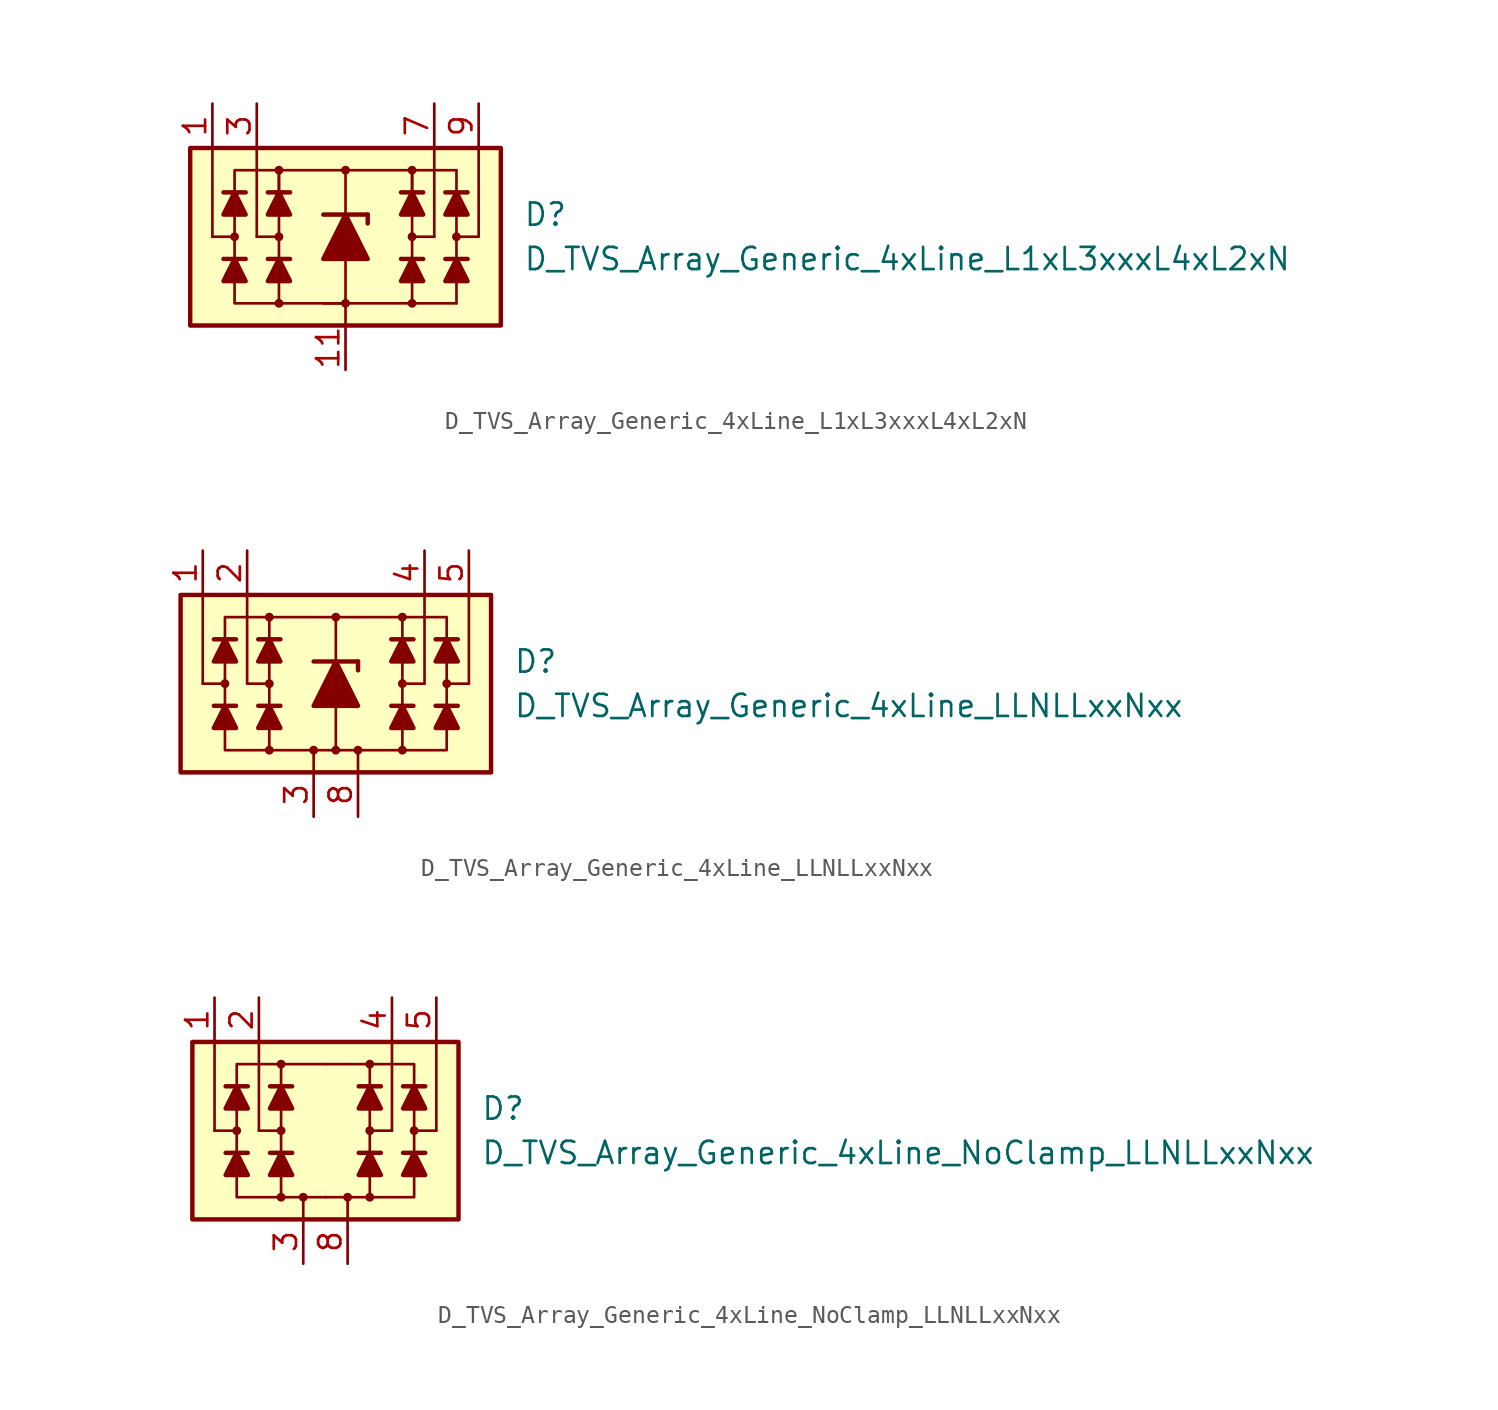
<source format=kicad_sym>
(kicad_symbol_lib
  (version 20231120)
  (generator "kicad_symbol_editor")
  (generator_version "8.0")
  (symbol "D_TVS_Array_Generic_4xLine_L1xL3xxxL4xL2xN"
    (pin_names
      (offset 1.016) hide)
    (property "Reference" "D"
      (at 10.16 1.27 0)
      (effects (font (size 1.27 1.27)) (justify left)))
    (property "Value" "D_TVS_Array_Generic_4xLine_L1xL3xxxL4xL2xN"
      (at 10.16 -1.27 0)
      (effects (font (size 1.27 1.27)) (justify left)))
    (symbol "D_TVS_Array_Generic_4xLine_L1xL3xxxL4xL2xN_0_1"
      (rectangle (start -8.89 5.08) (end 8.89 -5.08) (stroke (width 0.254) (type default)) (fill (type background)))
      (circle (center -3.81 0) (radius 0.178) (stroke (width 0) (type default)) (fill (type outline)))
      (polyline (pts (xy -5.715 -1.27) (xy -6.985 -1.27)) (stroke (width 0.254) (type default)) (fill (type none)))
      (polyline (pts (xy -5.715 2.54) (xy -6.985 2.54)) (stroke (width 0.254) (type default)) (fill (type none)))
      (polyline (pts (xy -5.08 0) (xy -5.08 5.08)) (stroke (width 0) (type default)) (fill (type none)))
      (polyline (pts (xy -3.81 -1.27) (xy -3.81 1.27)) (stroke (width 0) (type default)) (fill (type none)))
      (polyline (pts (xy -3.81 0) (xy -5.08 0)) (stroke (width 0) (type default)) (fill (type none)))
      (polyline (pts (xy -3.175 -1.27) (xy -4.445 -1.27)) (stroke (width 0.254) (type default)) (fill (type none)))
      (polyline (pts (xy -3.175 2.54) (xy -4.445 2.54)) (stroke (width 0.254) (type default)) (fill (type none)))
      (polyline (pts (xy 0 -1.27) (xy 0 -5.08)) (stroke (width 0) (type default)) (fill (type none)))
      (polyline (pts (xy 0 1.27) (xy 0 3.81)) (stroke (width 0.152) (type default)) (fill (type none)))
      (polyline (pts (xy 3.81 -1.27) (xy 3.81 1.27)) (stroke (width 0) (type default)) (fill (type none)))
      (polyline (pts (xy 3.81 0) (xy 5.08 0)) (stroke (width 0) (type default)) (fill (type none)))
      (polyline (pts (xy 3.81 3.81) (xy 6.35 3.81)) (stroke (width 0.152) (type default)) (fill (type none)))
      (polyline (pts (xy 4.445 -1.27) (xy 3.175 -1.27)) (stroke (width 0.254) (type default)) (fill (type none)))
      (polyline (pts (xy 4.445 2.54) (xy 3.175 2.54)) (stroke (width 0.254) (type default)) (fill (type none)))
      (polyline (pts (xy 5.08 0) (xy 5.08 5.08)) (stroke (width 0) (type default)) (fill (type none)))
      (polyline (pts (xy 6.35 3.81) (xy 6.35 -3.81)) (stroke (width 0.152) (type default)) (fill (type none)))
      (polyline (pts (xy 6.985 -1.27) (xy 5.715 -1.27)) (stroke (width 0.254) (type default)) (fill (type none)))
      (polyline (pts (xy 6.985 2.54) (xy 5.715 2.54)) (stroke (width 0.254) (type default)) (fill (type none)))
      (polyline (pts (xy 6.35 -3.81) (xy -1.27 -3.81) (xy 0 -3.81)) (stroke (width 0.152) (type default)) (fill (type none)))
      (polyline (pts (xy -6.35 -1.27) (xy -5.715 -2.54) (xy -6.985 -2.54) (xy -6.35 -1.27)) (stroke (width 0.254) (type default)) (fill (type outline)))
      (polyline (pts (xy -6.35 2.54) (xy -5.715 1.27) (xy -6.985 1.27) (xy -6.35 2.54)) (stroke (width 0.254) (type default)) (fill (type outline)))
      (polyline (pts (xy -3.81 -1.27) (xy -3.175 -2.54) (xy -4.445 -2.54) (xy -3.81 -1.27)) (stroke (width 0.254) (type default)) (fill (type outline)))
      (polyline (pts (xy -3.81 2.54) (xy -3.81 3.81) (xy 3.81 3.81) (xy 3.81 2.54)) (stroke (width 0) (type default)) (fill (type none)))
      (polyline (pts (xy -3.81 2.54) (xy -3.175 1.27) (xy -4.445 1.27) (xy -3.81 2.54)) (stroke (width 0.254) (type default)) (fill (type outline)))
      (polyline (pts (xy 0 -3.81) (xy -6.35 -3.81) (xy -6.35 3.81) (xy -3.81 3.81)) (stroke (width 0) (type default)) (fill (type none)))
      (polyline (pts (xy 3.81 -1.27) (xy 4.445 -2.54) (xy 3.175 -2.54) (xy 3.81 -1.27)) (stroke (width 0.254) (type default)) (fill (type outline)))
      (polyline (pts (xy 3.81 2.54) (xy 4.445 1.27) (xy 3.175 1.27) (xy 3.81 2.54)) (stroke (width 0.254) (type default)) (fill (type outline)))
      (polyline (pts (xy 6.35 -1.27) (xy 6.985 -2.54) (xy 5.715 -2.54) (xy 6.35 -1.27)) (stroke (width 0.254) (type default)) (fill (type outline)))
      (polyline (pts (xy 6.35 2.54) (xy 6.985 1.27) (xy 5.715 1.27) (xy 6.35 2.54)) (stroke (width 0.254) (type default)) (fill (type outline)))
      (circle (center 0 3.81) (radius 0.178) (stroke (width 0) (type default)) (fill (type outline)))
      (circle (center 3.81 0) (radius 0.178) (stroke (width 0) (type default)) (fill (type outline))))
    (symbol "D_TVS_Array_Generic_4xLine_L1xL3xxxL4xL2xN_1_1"
      (circle (center -6.35 0) (radius 0.178) (stroke (width 0) (type default)) (fill (type outline)))
      (circle (center -3.81 -3.81) (radius 0.178) (stroke (width 0) (type default)) (fill (type outline)))
      (circle (center -3.81 3.81) (radius 0.178) (stroke (width 0) (type default)) (fill (type outline)))
      (circle (center 0 -3.81) (radius 0.178) (stroke (width 0) (type default)) (fill (type outline)))
      (polyline (pts (xy -7.62 0) (xy -7.62 5.08)) (stroke (width 0) (type default)) (fill (type none)))
      (polyline (pts (xy -6.35 0) (xy -7.62 0)) (stroke (width 0) (type default)) (fill (type none)))
      (polyline (pts (xy -3.81 -3.81) (xy -3.81 -1.27)) (stroke (width 0) (type default)) (fill (type none)))
      (polyline (pts (xy -3.81 1.27) (xy -3.81 3.81)) (stroke (width 0) (type default)) (fill (type none)))
      (polyline (pts (xy -1.27 1.27) (xy 1.27 1.27)) (stroke (width 0.254) (type default)) (fill (type none)))
      (polyline (pts (xy 0 -1.27) (xy 0 1.27)) (stroke (width 0) (type default)) (fill (type none)))
      (polyline (pts (xy 1.27 1.27) (xy 1.27 0.762)) (stroke (width 0.254) (type default)) (fill (type none)))
      (polyline (pts (xy 3.81 -3.81) (xy 3.81 -1.27)) (stroke (width 0) (type default)) (fill (type none)))
      (polyline (pts (xy 3.81 1.27) (xy 3.81 3.81)) (stroke (width 0) (type default)) (fill (type none)))
      (polyline (pts (xy 6.35 0) (xy 7.62 0)) (stroke (width 0) (type default)) (fill (type none)))
      (polyline (pts (xy 7.62 0) (xy 7.62 5.08)) (stroke (width 0) (type default)) (fill (type none)))
      (polyline (pts (xy 1.27 -1.27) (xy -1.27 -1.27) (xy 0 1.27) (xy 1.27 -1.27)) (stroke (width 0.254) (type default)) (fill (type outline)))
      (circle (center 3.81 -3.81) (radius 0.178) (stroke (width 0) (type default)) (fill (type outline)))
      (circle (center 3.81 3.81) (radius 0.178) (stroke (width 0) (type default)) (fill (type outline)))
      (circle (center 6.35 0) (radius 0.178) (stroke (width 0) (type default)) (fill (type outline)))
      (pin passive line (at -7.62 7.62 270) (length 2.54) (name "L1" (effects (font (size 1.27 1.27)))) (number "1" (effects (font (size 1.27 1.27)))))
      (pin free line (at 2.54 -2.54 0) (length 2.54) hide (name "NC" (effects (font (size 1.27 1.27)))) (number "10" (effects (font (size 1.27 1.27)))))
      (pin passive line (at 0 -7.62 90) (length 2.54) (name "VN" (effects (font (size 1.27 1.27)))) (number "11" (effects (font (size 1.27 1.27)))))
      (pin free line (at -3.81 2.54 0) (length 2.54) hide (name "NC" (effects (font (size 1.27 1.27)))) (number "2" (effects (font (size 1.27 1.27)))))
      (pin passive line (at -5.08 7.62 270) (length 2.54) (name "L2" (effects (font (size 1.27 1.27)))) (number "3" (effects (font (size 1.27 1.27)))))
      (pin free line (at -3.81 0 0) (length 2.54) hide (name "NC" (effects (font (size 1.27 1.27)))) (number "4" (effects (font (size 1.27 1.27)))))
      (pin free line (at -3.81 -2.54 0) (length 2.54) hide (name "NC" (effects (font (size 1.27 1.27)))) (number "5" (effects (font (size 1.27 1.27)))))
      (pin free line (at 2.54 2.54 0) (length 2.54) hide (name "NC" (effects (font (size 1.27 1.27)))) (number "6" (effects (font (size 1.27 1.27)))))
      (pin passive line (at 5.08 7.62 270) (length 2.54) (name "L3" (effects (font (size 1.27 1.27)))) (number "7" (effects (font (size 1.27 1.27)))))
      (pin free line (at 2.54 0 0) (length 2.54) hide (name "NC" (effects (font (size 1.27 1.27)))) (number "8" (effects (font (size 1.27 1.27)))))
      (pin passive line (at 7.62 7.62 270) (length 2.54) (name "L4" (effects (font (size 1.27 1.27)))) (number "9" (effects (font (size 1.27 1.27)))))))
  (symbol "D_TVS_Array_Generic_4xLine_LLNLLxxNxx"
    (pin_names
      (offset 1.016) hide)
    (property "Reference" "D"
      (at 10.16 1.27 0)
      (effects (font (size 1.27 1.27)) (justify left)))
    (property "Value" "D_TVS_Array_Generic_4xLine_LLNLLxxNxx"
      (at 10.16 -1.27 0)
      (effects (font (size 1.27 1.27)) (justify left)))
    (symbol "D_TVS_Array_Generic_4xLine_LLNLLxxNxx_0_1"
      (rectangle (start -8.89 5.08) (end 8.89 -5.08) (stroke (width 0.254) (type default)) (fill (type background)))
      (circle (center -3.81 0) (radius 0.178) (stroke (width 0) (type default)) (fill (type outline)))
      (polyline (pts (xy -5.715 -1.27) (xy -6.985 -1.27)) (stroke (width 0.254) (type default)) (fill (type none)))
      (polyline (pts (xy -5.715 2.54) (xy -6.985 2.54)) (stroke (width 0.254) (type default)) (fill (type none)))
      (polyline (pts (xy -5.08 0) (xy -5.08 5.08)) (stroke (width 0) (type default)) (fill (type none)))
      (polyline (pts (xy -3.81 -1.27) (xy -3.81 1.27)) (stroke (width 0) (type default)) (fill (type none)))
      (polyline (pts (xy -3.81 0) (xy -5.08 0)) (stroke (width 0) (type default)) (fill (type none)))
      (polyline (pts (xy -3.175 -1.27) (xy -4.445 -1.27)) (stroke (width 0.254) (type default)) (fill (type none)))
      (polyline (pts (xy -3.175 2.54) (xy -4.445 2.54)) (stroke (width 0.254) (type default)) (fill (type none)))
      (polyline (pts (xy -1.27 -5.08) (xy -1.27 -3.81)) (stroke (width 0) (type default)) (fill (type none)))
      (polyline (pts (xy 1.27 -5.08) (xy 1.27 -3.81)) (stroke (width 0) (type default)) (fill (type none)))
      (polyline (pts (xy 3.81 -1.27) (xy 3.81 1.27)) (stroke (width 0) (type default)) (fill (type none)))
      (polyline (pts (xy 3.81 0) (xy 5.08 0)) (stroke (width 0) (type default)) (fill (type none)))
      (polyline (pts (xy 4.445 -1.27) (xy 3.175 -1.27)) (stroke (width 0.254) (type default)) (fill (type none)))
      (polyline (pts (xy 4.445 2.54) (xy 3.175 2.54)) (stroke (width 0.254) (type default)) (fill (type none)))
      (polyline (pts (xy 5.08 0) (xy 5.08 5.08)) (stroke (width 0) (type default)) (fill (type none)))
      (polyline (pts (xy 6.985 -1.27) (xy 5.715 -1.27)) (stroke (width 0.254) (type default)) (fill (type none)))
      (polyline (pts (xy 6.985 2.54) (xy 5.715 2.54)) (stroke (width 0.254) (type default)) (fill (type none)))
      (polyline (pts (xy -6.35 -1.27) (xy -5.715 -2.54) (xy -6.985 -2.54) (xy -6.35 -1.27)) (stroke (width 0.254) (type default)) (fill (type outline)))
      (polyline (pts (xy -6.35 2.54) (xy -5.715 1.27) (xy -6.985 1.27) (xy -6.35 2.54)) (stroke (width 0.254) (type default)) (fill (type outline)))
      (polyline (pts (xy -3.81 -1.27) (xy -3.175 -2.54) (xy -4.445 -2.54) (xy -3.81 -1.27)) (stroke (width 0.254) (type default)) (fill (type outline)))
      (polyline (pts (xy -3.81 2.54) (xy -3.175 1.27) (xy -4.445 1.27) (xy -3.81 2.54)) (stroke (width 0.254) (type default)) (fill (type outline)))
      (polyline (pts (xy 1.27 -3.81) (xy -6.35 -3.81) (xy -6.35 3.81) (xy 1.27 3.81)) (stroke (width 0) (type default)) (fill (type none)))
      (polyline (pts (xy 1.27 -3.81) (xy 6.35 -3.81) (xy 6.35 3.81) (xy 1.27 3.81)) (stroke (width 0) (type default)) (fill (type none)))
      (polyline (pts (xy 3.81 -1.27) (xy 4.445 -2.54) (xy 3.175 -2.54) (xy 3.81 -1.27)) (stroke (width 0.254) (type default)) (fill (type outline)))
      (polyline (pts (xy 3.81 2.54) (xy 4.445 1.27) (xy 3.175 1.27) (xy 3.81 2.54)) (stroke (width 0.254) (type default)) (fill (type outline)))
      (polyline (pts (xy 6.35 -1.27) (xy 6.985 -2.54) (xy 5.715 -2.54) (xy 6.35 -1.27)) (stroke (width 0.254) (type default)) (fill (type outline)))
      (polyline (pts (xy 6.35 2.54) (xy 6.985 1.27) (xy 5.715 1.27) (xy 6.35 2.54)) (stroke (width 0.254) (type default)) (fill (type outline)))
      (circle (center 3.81 0) (radius 0.178) (stroke (width 0) (type default)) (fill (type outline))))
    (symbol "D_TVS_Array_Generic_4xLine_LLNLLxxNxx_1_1"
      (circle (center -6.35 0) (radius 0.178) (stroke (width 0) (type default)) (fill (type outline)))
      (circle (center -3.81 -3.81) (radius 0.178) (stroke (width 0) (type default)) (fill (type outline)))
      (circle (center -3.81 3.81) (radius 0.178) (stroke (width 0) (type default)) (fill (type outline)))
      (circle (center -1.27 -3.81) (radius 0.178) (stroke (width 0) (type default)) (fill (type outline)))
      (circle (center 0 -3.81) (radius 0.178) (stroke (width 0) (type default)) (fill (type outline)))
      (polyline (pts (xy -7.62 0) (xy -7.62 5.08)) (stroke (width 0) (type default)) (fill (type none)))
      (polyline (pts (xy -6.35 0) (xy -7.62 0)) (stroke (width 0) (type default)) (fill (type none)))
      (polyline (pts (xy -3.81 -3.81) (xy -3.81 -1.27)) (stroke (width 0) (type default)) (fill (type none)))
      (polyline (pts (xy -3.81 1.27) (xy -3.81 3.81)) (stroke (width 0) (type default)) (fill (type none)))
      (polyline (pts (xy -1.27 1.27) (xy 1.27 1.27)) (stroke (width 0.254) (type default)) (fill (type none)))
      (polyline (pts (xy 0 -1.27) (xy 0 -3.81)) (stroke (width 0) (type default)) (fill (type none)))
      (polyline (pts (xy 0 -1.27) (xy 0 1.27)) (stroke (width 0) (type default)) (fill (type none)))
      (polyline (pts (xy 0 1.27) (xy 0 3.81)) (stroke (width 0) (type default)) (fill (type none)))
      (polyline (pts (xy 1.27 1.27) (xy 1.27 0.762)) (stroke (width 0.254) (type default)) (fill (type none)))
      (polyline (pts (xy 3.81 -3.81) (xy 3.81 -1.27)) (stroke (width 0) (type default)) (fill (type none)))
      (polyline (pts (xy 3.81 1.27) (xy 3.81 3.81)) (stroke (width 0) (type default)) (fill (type none)))
      (polyline (pts (xy 6.35 0) (xy 7.62 0)) (stroke (width 0) (type default)) (fill (type none)))
      (polyline (pts (xy 7.62 0) (xy 7.62 5.08)) (stroke (width 0) (type default)) (fill (type none)))
      (polyline (pts (xy 1.27 -1.27) (xy -1.27 -1.27) (xy 0 1.27) (xy 1.27 -1.27)) (stroke (width 0.254) (type default)) (fill (type outline)))
      (circle (center 0 3.81) (radius 0.178) (stroke (width 0) (type default)) (fill (type outline)))
      (circle (center 1.27 -3.81) (radius 0.178) (stroke (width 0) (type default)) (fill (type outline)))
      (circle (center 3.81 -3.81) (radius 0.178) (stroke (width 0) (type default)) (fill (type outline)))
      (circle (center 3.81 3.81) (radius 0.178) (stroke (width 0) (type default)) (fill (type outline)))
      (circle (center 6.35 0) (radius 0.178) (stroke (width 0) (type default)) (fill (type outline)))
      (pin passive line (at -7.62 7.62 270) (length 2.54) (name "L1" (effects (font (size 1.27 1.27)))) (number "1" (effects (font (size 1.27 1.27)))))
      (pin free line (at 3.81 -2.54 0) (length 2.54) hide (name "NC" (effects (font (size 1.27 1.27)))) (number "10" (effects (font (size 1.27 1.27)))))
      (pin passive line (at -5.08 7.62 270) (length 2.54) (name "L2" (effects (font (size 1.27 1.27)))) (number "2" (effects (font (size 1.27 1.27)))))
      (pin passive line (at -1.27 -7.62 90) (length 2.54) (name "VN" (effects (font (size 1.27 1.27)))) (number "3" (effects (font (size 1.27 1.27)))))
      (pin passive line (at 5.08 7.62 270) (length 2.54) (name "L3" (effects (font (size 1.27 1.27)))) (number "4" (effects (font (size 1.27 1.27)))))
      (pin passive line (at 7.62 7.62 270) (length 2.54) (name "L4" (effects (font (size 1.27 1.27)))) (number "5" (effects (font (size 1.27 1.27)))))
      (pin free line (at 3.81 3.81 0) (length 2.54) hide (name "NC" (effects (font (size 1.27 1.27)))) (number "6" (effects (font (size 1.27 1.27)))))
      (pin free line (at 3.81 2.54 0) (length 2.54) hide (name "NC" (effects (font (size 1.27 1.27)))) (number "7" (effects (font (size 1.27 1.27)))))
      (pin passive line (at 1.27 -7.62 90) (length 2.54) (name "VN" (effects (font (size 1.27 1.27)))) (number "8" (effects (font (size 1.27 1.27)))))
      (pin free line (at 3.81 0 0) (length 2.54) hide (name "NC" (effects (font (size 1.27 1.27)))) (number "9" (effects (font (size 1.27 1.27)))))))
  (symbol "D_TVS_Array_Generic_4xLine_NoClamp_LLNLLxxNxx"
    (pin_names
      (offset 1.016) hide)
    (property "Reference" "D"
      (at 8.89 1.27 0)
      (effects (font (size 1.27 1.27)) (justify left)))
    (property "Value" "D_TVS_Array_Generic_4xLine_NoClamp_LLNLLxxNxx"
      (at 8.89 -1.27 0)
      (effects (font (size 1.27 1.27)) (justify left)))
    (symbol "D_TVS_Array_Generic_4xLine_NoClamp_LLNLLxxNxx_0_1"
      (rectangle (start -7.62 5.08) (end 7.62 -5.08) (stroke (width 0.254) (type default)) (fill (type background)))
      (circle (center -2.54 0) (radius 0.178) (stroke (width 0) (type default)) (fill (type outline)))
      (polyline (pts (xy -4.445 -1.27) (xy -5.715 -1.27)) (stroke (width 0.254) (type default)) (fill (type none)))
      (polyline (pts (xy -4.445 2.54) (xy -5.715 2.54)) (stroke (width 0.254) (type default)) (fill (type none)))
      (polyline (pts (xy -3.81 0) (xy -3.81 5.08)) (stroke (width 0) (type default)) (fill (type none)))
      (polyline (pts (xy -2.54 -1.27) (xy -2.54 1.27)) (stroke (width 0) (type default)) (fill (type none)))
      (polyline (pts (xy -2.54 0) (xy -3.81 0)) (stroke (width 0) (type default)) (fill (type none)))
      (polyline (pts (xy -1.905 -1.27) (xy -3.175 -1.27)) (stroke (width 0.254) (type default)) (fill (type none)))
      (polyline (pts (xy -1.905 2.54) (xy -3.175 2.54)) (stroke (width 0.254) (type default)) (fill (type none)))
      (polyline (pts (xy -1.27 -5.08) (xy -1.27 -3.81)) (stroke (width 0) (type default)) (fill (type none)))
      (polyline (pts (xy 1.27 -5.08) (xy 1.27 -3.81)) (stroke (width 0) (type default)) (fill (type none)))
      (polyline (pts (xy 2.54 -1.27) (xy 2.54 1.27)) (stroke (width 0) (type default)) (fill (type none)))
      (polyline (pts (xy 2.54 0) (xy 3.81 0)) (stroke (width 0) (type default)) (fill (type none)))
      (polyline (pts (xy 3.175 -1.27) (xy 1.905 -1.27)) (stroke (width 0.254) (type default)) (fill (type none)))
      (polyline (pts (xy 3.175 2.54) (xy 1.905 2.54)) (stroke (width 0.254) (type default)) (fill (type none)))
      (polyline (pts (xy 3.81 0) (xy 3.81 5.08)) (stroke (width 0) (type default)) (fill (type none)))
      (polyline (pts (xy 5.715 -1.27) (xy 4.445 -1.27)) (stroke (width 0.254) (type default)) (fill (type none)))
      (polyline (pts (xy 5.715 2.54) (xy 4.445 2.54)) (stroke (width 0.254) (type default)) (fill (type none)))
      (polyline (pts (xy -5.08 -1.27) (xy -4.445 -2.54) (xy -5.715 -2.54) (xy -5.08 -1.27)) (stroke (width 0.254) (type default)) (fill (type outline)))
      (polyline (pts (xy -5.08 2.54) (xy -4.445 1.27) (xy -5.715 1.27) (xy -5.08 2.54)) (stroke (width 0.254) (type default)) (fill (type outline)))
      (polyline (pts (xy -2.54 -1.27) (xy -1.905 -2.54) (xy -3.175 -2.54) (xy -2.54 -1.27)) (stroke (width 0.254) (type default)) (fill (type outline)))
      (polyline (pts (xy -2.54 2.54) (xy -1.905 1.27) (xy -3.175 1.27) (xy -2.54 2.54)) (stroke (width 0.254) (type default)) (fill (type outline)))
      (polyline (pts (xy 0 -3.81) (xy -5.08 -3.81) (xy -5.08 3.81) (xy 0 3.81)) (stroke (width 0) (type default)) (fill (type none)))
      (polyline (pts (xy 0 -3.81) (xy 5.08 -3.81) (xy 5.08 3.81) (xy 0 3.81)) (stroke (width 0) (type default)) (fill (type none)))
      (polyline (pts (xy 2.54 -1.27) (xy 3.175 -2.54) (xy 1.905 -2.54) (xy 2.54 -1.27)) (stroke (width 0.254) (type default)) (fill (type outline)))
      (polyline (pts (xy 2.54 2.54) (xy 3.175 1.27) (xy 1.905 1.27) (xy 2.54 2.54)) (stroke (width 0.254) (type default)) (fill (type outline)))
      (polyline (pts (xy 5.08 -1.27) (xy 5.715 -2.54) (xy 4.445 -2.54) (xy 5.08 -1.27)) (stroke (width 0.254) (type default)) (fill (type outline)))
      (polyline (pts (xy 5.08 2.54) (xy 5.715 1.27) (xy 4.445 1.27) (xy 5.08 2.54)) (stroke (width 0.254) (type default)) (fill (type outline)))
      (circle (center 2.54 0) (radius 0.178) (stroke (width 0) (type default)) (fill (type outline))))
    (symbol "D_TVS_Array_Generic_4xLine_NoClamp_LLNLLxxNxx_1_1"
      (circle (center -5.08 0) (radius 0.178) (stroke (width 0) (type default)) (fill (type outline)))
      (circle (center -2.54 -3.81) (radius 0.178) (stroke (width 0) (type default)) (fill (type outline)))
      (circle (center -2.54 3.81) (radius 0.178) (stroke (width 0) (type default)) (fill (type outline)))
      (circle (center -1.27 -3.81) (radius 0.178) (stroke (width 0) (type default)) (fill (type outline)))
      (polyline (pts (xy -6.35 0) (xy -6.35 5.08)) (stroke (width 0) (type default)) (fill (type none)))
      (polyline (pts (xy -5.08 0) (xy -6.35 0)) (stroke (width 0) (type default)) (fill (type none)))
      (polyline (pts (xy -2.54 -3.81) (xy -2.54 -1.27)) (stroke (width 0) (type default)) (fill (type none)))
      (polyline (pts (xy -2.54 1.27) (xy -2.54 3.81)) (stroke (width 0) (type default)) (fill (type none)))
      (polyline (pts (xy 2.54 -3.81) (xy 2.54 -1.27)) (stroke (width 0) (type default)) (fill (type none)))
      (polyline (pts (xy 2.54 1.27) (xy 2.54 3.81)) (stroke (width 0) (type default)) (fill (type none)))
      (polyline (pts (xy 5.08 0) (xy 6.35 0)) (stroke (width 0) (type default)) (fill (type none)))
      (polyline (pts (xy 6.35 0) (xy 6.35 5.08)) (stroke (width 0) (type default)) (fill (type none)))
      (circle (center 1.27 -3.81) (radius 0.178) (stroke (width 0) (type default)) (fill (type outline)))
      (circle (center 2.54 -3.81) (radius 0.178) (stroke (width 0) (type default)) (fill (type outline)))
      (circle (center 2.54 3.81) (radius 0.178) (stroke (width 0) (type default)) (fill (type outline)))
      (circle (center 5.08 0) (radius 0.178) (stroke (width 0) (type default)) (fill (type outline)))
      (pin passive line (at -6.35 7.62 270) (length 2.54) (name "L1" (effects (font (size 1.27 1.27)))) (number "1" (effects (font (size 1.27 1.27)))))
      (pin free line (at 2.54 -2.54 0) (length 2.54) hide (name "NC" (effects (font (size 1.27 1.27)))) (number "10" (effects (font (size 1.27 1.27)))))
      (pin passive line (at -3.81 7.62 270) (length 2.54) (name "L2" (effects (font (size 1.27 1.27)))) (number "2" (effects (font (size 1.27 1.27)))))
      (pin passive line (at -1.27 -7.62 90) (length 2.54) (name "VN" (effects (font (size 1.27 1.27)))) (number "3" (effects (font (size 1.27 1.27)))))
      (pin passive line (at 3.81 7.62 270) (length 2.54) (name "L3" (effects (font (size 1.27 1.27)))) (number "4" (effects (font (size 1.27 1.27)))))
      (pin passive line (at 6.35 7.62 270) (length 2.54) (name "L4" (effects (font (size 1.27 1.27)))) (number "5" (effects (font (size 1.27 1.27)))))
      (pin free line (at 2.54 3.81 0) (length 2.54) hide (name "NC" (effects (font (size 1.27 1.27)))) (number "6" (effects (font (size 1.27 1.27)))))
      (pin free line (at 2.54 2.54 0) (length 2.54) hide (name "NC" (effects (font (size 1.27 1.27)))) (number "7" (effects (font (size 1.27 1.27)))))
      (pin passive line (at 1.27 -7.62 90) (length 2.54) (name "VN" (effects (font (size 1.27 1.27)))) (number "8" (effects (font (size 1.27 1.27)))))
      (pin free line (at 2.54 0 0) (length 2.54) hide (name "NC" (effects (font (size 1.27 1.27)))) (number "9" (effects (font (size 1.27 1.27))))))))
</source>
